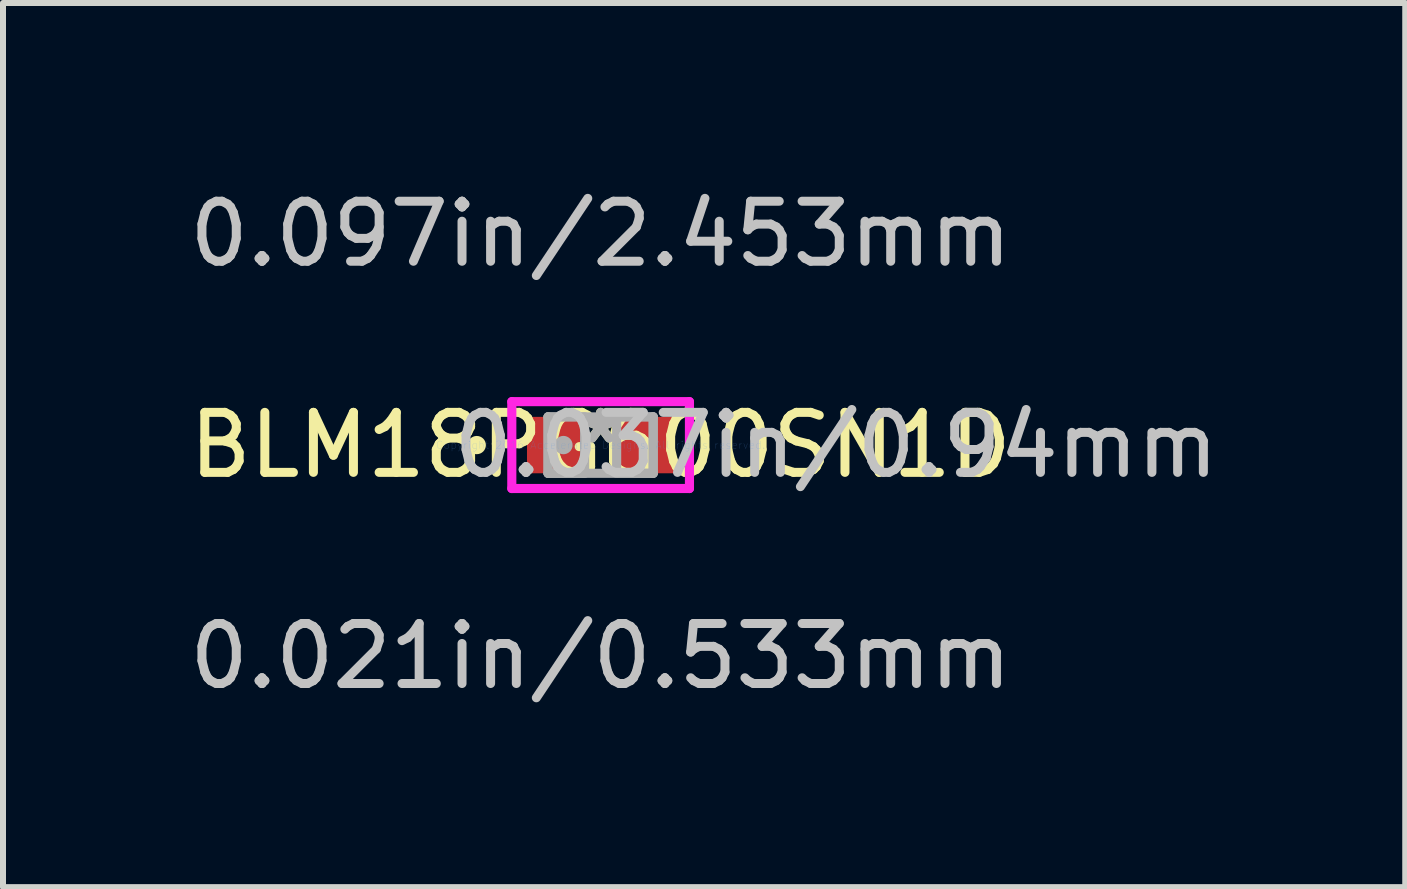
<source format=kicad_pcb>
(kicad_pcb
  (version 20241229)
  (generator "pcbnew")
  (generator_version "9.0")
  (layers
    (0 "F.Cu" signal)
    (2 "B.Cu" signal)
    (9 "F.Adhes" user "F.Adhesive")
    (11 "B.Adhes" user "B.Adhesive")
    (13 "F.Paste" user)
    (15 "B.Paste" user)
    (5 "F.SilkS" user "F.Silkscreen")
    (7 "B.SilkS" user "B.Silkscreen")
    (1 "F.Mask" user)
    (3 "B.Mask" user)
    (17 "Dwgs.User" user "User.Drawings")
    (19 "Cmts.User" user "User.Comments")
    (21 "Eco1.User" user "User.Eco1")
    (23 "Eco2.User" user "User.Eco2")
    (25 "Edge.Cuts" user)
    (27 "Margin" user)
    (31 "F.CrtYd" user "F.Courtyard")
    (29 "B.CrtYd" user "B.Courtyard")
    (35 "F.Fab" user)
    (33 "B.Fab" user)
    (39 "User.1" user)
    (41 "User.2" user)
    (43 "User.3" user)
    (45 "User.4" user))
  (footprint "BLM18PG600SN1D"
    (layer "F.Cu")
    (at 6.958 4.366)
    (property "Reference" "BLM18PG600SN1D" (at 0 0 0) (layer "F.SilkS") (effects (font (size 1 1) (thickness 0.15))))
    (attr through_hole)
    (fp_circle (center -2.064 0) (end -1.988 0) (stroke (width 0.152) (type solid)) (fill no) (layer "F.SilkS"))
    (fp_line (start -1.48 -0.724) (end 1.48 -0.724) (stroke (width 0.152) (type solid)) (layer "F.CrtYd"))
    (fp_line (start -1.48 0.724) (end -1.48 -0.724) (stroke (width 0.152) (type solid)) (layer "F.CrtYd"))
    (fp_line (start 1.48 -0.724) (end 1.48 0.724) (stroke (width 0.152) (type solid)) (layer "F.CrtYd"))
    (fp_line (start 1.48 0.724) (end -1.48 0.724) (stroke (width 0.152) (type solid)) (layer "F.CrtYd"))
    (fp_line (start -0.876 -0.47) (end -0.876 0.47) (stroke (width 0.152) (type solid)) (layer "F.Fab"))
    (fp_line (start -0.876 -0.47) (end -0.876 0.47) (stroke (width 0.152) (type solid)) (layer "F.Fab"))
    (fp_line (start -0.876 0.47) (end -0.267 0.47) (stroke (width 0.152) (type solid)) (layer "F.Fab"))
    (fp_line (start -0.876 0.47) (end 0.876 0.47) (stroke (width 0.152) (type solid)) (layer "F.Fab"))
    (fp_line (start -0.267 -0.47) (end -0.876 -0.47) (stroke (width 0.152) (type solid)) (layer "F.Fab"))
    (fp_line (start -0.267 0.47) (end -0.267 -0.47) (stroke (width 0.152) (type solid)) (layer "F.Fab"))
    (fp_line (start 0.267 -0.47) (end 0.267 0.47) (stroke (width 0.152) (type solid)) (layer "F.Fab"))
    (fp_line (start 0.267 0.47) (end 0.876 0.47) (stroke (width 0.152) (type solid)) (layer "F.Fab"))
    (fp_line (start 0.876 -0.47) (end -0.876 -0.47) (stroke (width 0.152) (type solid)) (layer "F.Fab"))
    (fp_line (start 0.876 -0.47) (end 0.267 -0.47) (stroke (width 0.152) (type solid)) (layer "F.Fab"))
    (fp_line (start 0.876 0.47) (end 0.876 -0.47) (stroke (width 0.152) (type solid)) (layer "F.Fab"))
    (fp_line (start 0.876 0.47) (end 0.876 -0.47) (stroke (width 0.152) (type solid)) (layer "F.Fab"))
    (fp_circle (center -0.62 0) (end -0.543 0) (stroke (width 0.152) (type solid)) (fill no) (layer "F.Fab"))
    (fp_text user "*" (at 0 0 0) (layer "F.SilkS") (effects (font (size 1 1) (thickness 0.15))))
    (fp_text user "0.097in/2.453mm" (at 0 -3.518 0) (layer "Dwgs.User") (effects (font (size 1 1) (thickness 0.15))))
    (fp_text user "0.037in/0.94mm" (at 3.924 0 0) (layer "Dwgs.User") (effects (font (size 1 1) (thickness 0.15))))
    (fp_text user "0.021in/0.533mm" (at 0 3.518 0) (layer "Dwgs.User") (effects (font (size 1 1) (thickness 0.15))))
    (fp_text user "Copyright 2016 Accelerated Designs. All rights reserved." (at 0 0 0) (layer "Cmts.User") (effects (font (size 0.127 0.127) (thickness 0.002))))
    (fp_text user "*" (at 0 0 0) (layer "F.Fab") (effects (font (size 1 1) (thickness 0.15))))
    (pad "1" smd rect (at -0.747 0) (size 0.96 0.94) (layers "F.Cu" "F.Mask" "F.Paste"))
    (pad "2" smd rect (at 0.747 0) (size 0.96 0.94) (layers "F.Cu" "F.Mask" "F.Paste")))
  (gr_rect
    (start -3 -3)
    (end 20.365 11.732)
    (stroke (width 0.1) (type default))
    (fill no)
    (layer "Edge.Cuts")))
</source>
